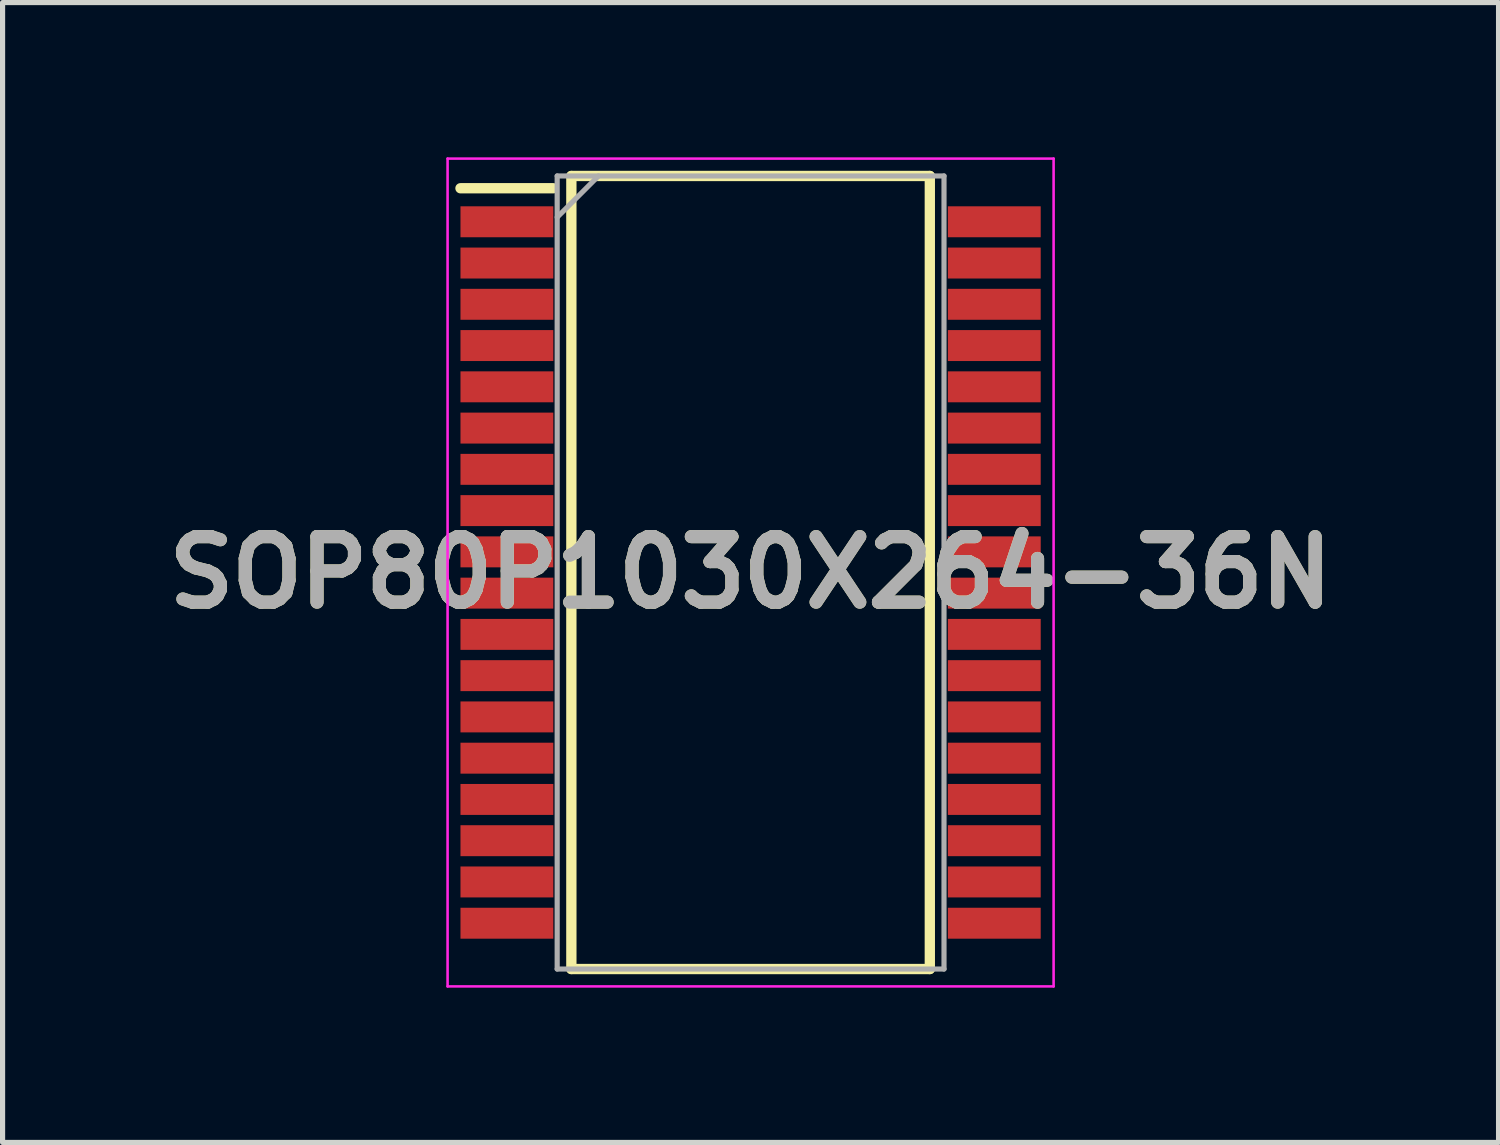
<source format=kicad_pcb>
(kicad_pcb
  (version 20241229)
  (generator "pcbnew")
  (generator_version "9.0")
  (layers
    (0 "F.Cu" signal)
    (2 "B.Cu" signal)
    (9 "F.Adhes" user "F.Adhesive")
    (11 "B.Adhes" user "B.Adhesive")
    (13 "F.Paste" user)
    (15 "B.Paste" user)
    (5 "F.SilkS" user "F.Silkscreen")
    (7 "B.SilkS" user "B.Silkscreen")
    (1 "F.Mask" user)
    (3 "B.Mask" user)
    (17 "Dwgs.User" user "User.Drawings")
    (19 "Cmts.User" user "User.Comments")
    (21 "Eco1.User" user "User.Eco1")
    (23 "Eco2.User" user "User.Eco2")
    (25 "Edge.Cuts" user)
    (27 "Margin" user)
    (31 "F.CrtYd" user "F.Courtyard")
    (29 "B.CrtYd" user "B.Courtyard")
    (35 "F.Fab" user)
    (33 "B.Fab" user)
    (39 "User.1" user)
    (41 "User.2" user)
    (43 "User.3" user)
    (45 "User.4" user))
  (footprint "SOP80P1030X264-36N"
    (layer "F.Cu")
    (at 11.503 8.05)
    (property "Reference" "SOP80P1030X264-36N" (at 0 0 0) (layer "F.SilkS") (effects (font (size 1.27 1.27) (thickness 0.254))))
    (attr smd)
    (fp_line (start -5.625 -7.45) (end -3.825 -7.45) (stroke (width 0.2) (type solid)) (layer "F.SilkS"))
    (fp_line (start -3.475 -7.688) (end 3.475 -7.688) (stroke (width 0.2) (type solid)) (layer "F.SilkS"))
    (fp_line (start -3.475 7.688) (end -3.475 -7.688) (stroke (width 0.2) (type solid)) (layer "F.SilkS"))
    (fp_line (start 3.475 -7.688) (end 3.475 7.688) (stroke (width 0.2) (type solid)) (layer "F.SilkS"))
    (fp_line (start 3.475 7.688) (end -3.475 7.688) (stroke (width 0.2) (type solid)) (layer "F.SilkS"))
    (fp_line (start -5.875 -8.025) (end 5.875 -8.025) (stroke (width 0.05) (type solid)) (layer "F.CrtYd"))
    (fp_line (start -5.875 8.025) (end -5.875 -8.025) (stroke (width 0.05) (type solid)) (layer "F.CrtYd"))
    (fp_line (start 5.875 -8.025) (end 5.875 8.025) (stroke (width 0.05) (type solid)) (layer "F.CrtYd"))
    (fp_line (start 5.875 8.025) (end -5.875 8.025) (stroke (width 0.05) (type solid)) (layer "F.CrtYd"))
    (fp_line (start -3.75 -7.688) (end 3.75 -7.688) (stroke (width 0.1) (type solid)) (layer "F.Fab"))
    (fp_line (start -3.75 -6.888) (end -2.95 -7.688) (stroke (width 0.1) (type solid)) (layer "F.Fab"))
    (fp_line (start -3.75 7.688) (end -3.75 -7.688) (stroke (width 0.1) (type solid)) (layer "F.Fab"))
    (fp_line (start 3.75 -7.688) (end 3.75 7.688) (stroke (width 0.1) (type solid)) (layer "F.Fab"))
    (fp_line (start 3.75 7.688) (end -3.75 7.688) (stroke (width 0.1) (type solid)) (layer "F.Fab"))
    (fp_text user "${REFERENCE}" (at 0 0 0) (layer "F.Fab") (effects (font (size 1.27 1.27) (thickness 0.254))))
    (pad "1" smd rect (at -4.725 -6.8 90) (size 0.6 1.8) (layers "F.Cu" "F.Mask" "F.Paste"))
    (pad "2" smd rect (at -4.725 -6 90) (size 0.6 1.8) (layers "F.Cu" "F.Mask" "F.Paste"))
    (pad "3" smd rect (at -4.725 -5.2 90) (size 0.6 1.8) (layers "F.Cu" "F.Mask" "F.Paste"))
    (pad "4" smd rect (at -4.725 -4.4 90) (size 0.6 1.8) (layers "F.Cu" "F.Mask" "F.Paste"))
    (pad "5" smd rect (at -4.725 -3.6 90) (size 0.6 1.8) (layers "F.Cu" "F.Mask" "F.Paste"))
    (pad "6" smd rect (at -4.725 -2.8 90) (size 0.6 1.8) (layers "F.Cu" "F.Mask" "F.Paste"))
    (pad "7" smd rect (at -4.725 -2 90) (size 0.6 1.8) (layers "F.Cu" "F.Mask" "F.Paste"))
    (pad "8" smd rect (at -4.725 -1.2 90) (size 0.6 1.8) (layers "F.Cu" "F.Mask" "F.Paste"))
    (pad "9" smd rect (at -4.725 -0.4 90) (size 0.6 1.8) (layers "F.Cu" "F.Mask" "F.Paste"))
    (pad "10" smd rect (at -4.725 0.4 90) (size 0.6 1.8) (layers "F.Cu" "F.Mask" "F.Paste"))
    (pad "11" smd rect (at -4.725 1.2 90) (size 0.6 1.8) (layers "F.Cu" "F.Mask" "F.Paste"))
    (pad "12" smd rect (at -4.725 2 90) (size 0.6 1.8) (layers "F.Cu" "F.Mask" "F.Paste"))
    (pad "13" smd rect (at -4.725 2.8 90) (size 0.6 1.8) (layers "F.Cu" "F.Mask" "F.Paste"))
    (pad "14" smd rect (at -4.725 3.6 90) (size 0.6 1.8) (layers "F.Cu" "F.Mask" "F.Paste"))
    (pad "15" smd rect (at -4.725 4.4 90) (size 0.6 1.8) (layers "F.Cu" "F.Mask" "F.Paste"))
    (pad "16" smd rect (at -4.725 5.2 90) (size 0.6 1.8) (layers "F.Cu" "F.Mask" "F.Paste"))
    (pad "17" smd rect (at -4.725 6 90) (size 0.6 1.8) (layers "F.Cu" "F.Mask" "F.Paste"))
    (pad "18" smd rect (at -4.725 6.8 90) (size 0.6 1.8) (layers "F.Cu" "F.Mask" "F.Paste"))
    (pad "19" smd rect (at 4.725 6.8 90) (size 0.6 1.8) (layers "F.Cu" "F.Mask" "F.Paste"))
    (pad "20" smd rect (at 4.725 6 90) (size 0.6 1.8) (layers "F.Cu" "F.Mask" "F.Paste"))
    (pad "21" smd rect (at 4.725 5.2 90) (size 0.6 1.8) (layers "F.Cu" "F.Mask" "F.Paste"))
    (pad "22" smd rect (at 4.725 4.4 90) (size 0.6 1.8) (layers "F.Cu" "F.Mask" "F.Paste"))
    (pad "23" smd rect (at 4.725 3.6 90) (size 0.6 1.8) (layers "F.Cu" "F.Mask" "F.Paste"))
    (pad "24" smd rect (at 4.725 2.8 90) (size 0.6 1.8) (layers "F.Cu" "F.Mask" "F.Paste"))
    (pad "25" smd rect (at 4.725 2 90) (size 0.6 1.8) (layers "F.Cu" "F.Mask" "F.Paste"))
    (pad "26" smd rect (at 4.725 1.2 90) (size 0.6 1.8) (layers "F.Cu" "F.Mask" "F.Paste"))
    (pad "27" smd rect (at 4.725 0.4 90) (size 0.6 1.8) (layers "F.Cu" "F.Mask" "F.Paste"))
    (pad "28" smd rect (at 4.725 -0.4 90) (size 0.6 1.8) (layers "F.Cu" "F.Mask" "F.Paste"))
    (pad "29" smd rect (at 4.725 -1.2 90) (size 0.6 1.8) (layers "F.Cu" "F.Mask" "F.Paste"))
    (pad "30" smd rect (at 4.725 -2 90) (size 0.6 1.8) (layers "F.Cu" "F.Mask" "F.Paste"))
    (pad "31" smd rect (at 4.725 -2.8 90) (size 0.6 1.8) (layers "F.Cu" "F.Mask" "F.Paste"))
    (pad "32" smd rect (at 4.725 -3.6 90) (size 0.6 1.8) (layers "F.Cu" "F.Mask" "F.Paste"))
    (pad "33" smd rect (at 4.725 -4.4 90) (size 0.6 1.8) (layers "F.Cu" "F.Mask" "F.Paste"))
    (pad "34" smd rect (at 4.725 -5.2 90) (size 0.6 1.8) (layers "F.Cu" "F.Mask" "F.Paste"))
    (pad "35" smd rect (at 4.725 -6 90) (size 0.6 1.8) (layers "F.Cu" "F.Mask" "F.Paste"))
    (pad "36" smd rect (at 4.725 -6.8 90) (size 0.6 1.8) (layers "F.Cu" "F.Mask" "F.Paste")))
  (gr_rect
    (start -3 -3)
    (end 26.005 19.1)
    (stroke (width 0.1) (type default))
    (fill no)
    (layer "Edge.Cuts")))
</source>
